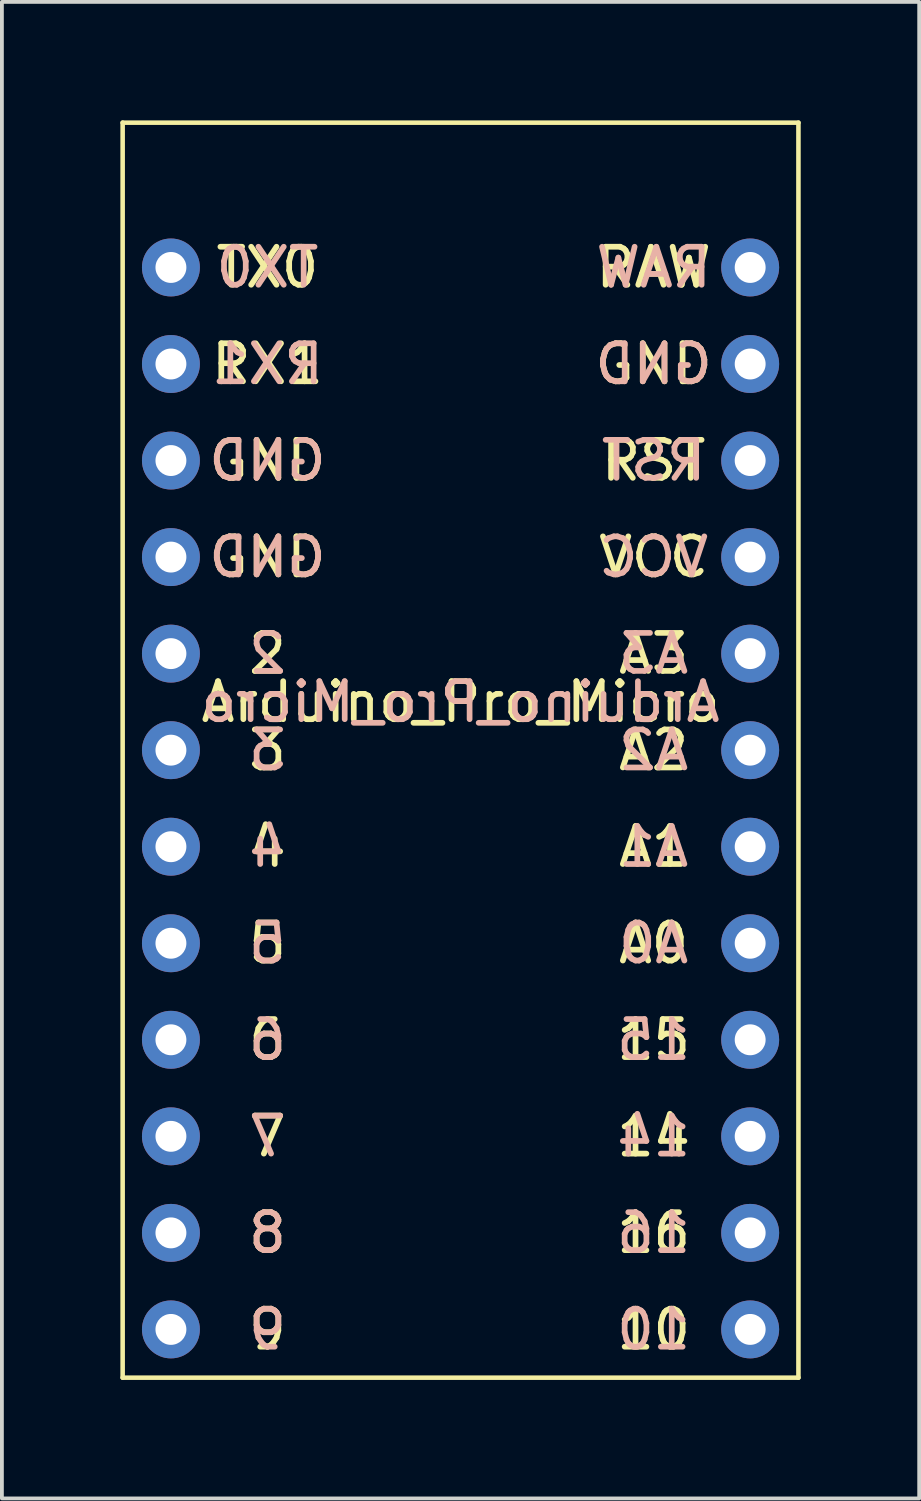
<source format=kicad_pcb>
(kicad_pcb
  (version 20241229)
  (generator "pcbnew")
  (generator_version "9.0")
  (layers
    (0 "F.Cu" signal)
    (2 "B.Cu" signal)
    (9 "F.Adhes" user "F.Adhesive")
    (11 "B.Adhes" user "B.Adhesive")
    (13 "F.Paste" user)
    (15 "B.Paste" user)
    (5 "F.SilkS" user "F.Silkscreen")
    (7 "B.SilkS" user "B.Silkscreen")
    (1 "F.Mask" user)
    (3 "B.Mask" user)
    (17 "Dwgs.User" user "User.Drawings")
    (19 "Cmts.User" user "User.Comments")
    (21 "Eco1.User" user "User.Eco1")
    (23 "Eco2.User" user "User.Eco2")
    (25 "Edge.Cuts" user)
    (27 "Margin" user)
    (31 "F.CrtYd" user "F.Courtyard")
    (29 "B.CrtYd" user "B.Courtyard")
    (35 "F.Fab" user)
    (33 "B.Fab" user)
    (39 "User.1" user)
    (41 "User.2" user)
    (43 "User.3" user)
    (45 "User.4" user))
  (footprint "Arduino_Pro_Micro"
    (layer "F.Cu")
    (at 9.067 16.687)
    (property "Reference" "Arduino_Pro_Micro" (at 0 -1.27 0) (layer "B.SilkS") (effects (font (size 1 1) (thickness 0.15)) (justify mirror)))
    (attr through_hole)
    (fp_line (start -8.89 -16.51) (end 8.89 -16.51) (stroke (width 0.12) (type solid)) (layer "F.SilkS"))
    (fp_line (start -8.89 16.51) (end -8.89 -16.51) (stroke (width 0.12) (type solid)) (layer "F.SilkS"))
    (fp_line (start 8.89 -16.51) (end 8.89 16.51) (stroke (width 0.12) (type solid)) (layer "F.SilkS"))
    (fp_line (start 8.89 16.51) (end -8.89 16.51) (stroke (width 0.12) (type solid)) (layer "F.SilkS"))
    (fp_poly (pts (xy 9.017 16.637) (xy -9.017 16.637) (xy -9.017 -16.637) (xy 9.017 -16.637)) (stroke (width 0.1) (type solid)) (fill no) (layer "Eco1.User"))
    (fp_text user "9" (at -5.08 15.24 0) (layer "F.SilkS") (effects (font (size 1 1) (thickness 0.15))))
    (fp_text user "8" (at -5.08 12.7 0) (layer "F.SilkS") (effects (font (size 1 1) (thickness 0.15))))
    (fp_text user "TX0" (at -5.08 -12.7 0) (layer "F.SilkS") (effects (font (size 1 1) (thickness 0.15))))
    (fp_text user "${REFERENCE}" (at 0 -1.27 0) (layer "F.SilkS") (effects (font (size 1 1) (thickness 0.15))))
    (fp_text user "14" (at 5.08 10.16 0) (layer "F.SilkS") (effects (font (size 1 1) (thickness 0.15))))
    (fp_text user "GND" (at -5.08 -5.08 0) (layer "F.SilkS") (effects (font (size 1 1) (thickness 0.15))))
    (fp_text user "RAW" (at 5.08 -12.7 0) (layer "F.SilkS") (effects (font (size 1 1) (thickness 0.15))))
    (fp_text user "A1" (at 5.08 2.54 0) (layer "F.SilkS") (effects (font (size 1 1) (thickness 0.15))))
    (fp_text user "A0" (at 5.08 5.08 0) (layer "F.SilkS") (effects (font (size 1 1) (thickness 0.15))))
    (fp_text user "16" (at 5.08 12.7 0) (layer "F.SilkS") (effects (font (size 1 1) (thickness 0.15))))
    (fp_text user "5" (at -5.08 5.08 0) (layer "F.SilkS") (effects (font (size 1 1) (thickness 0.15))))
    (fp_text user "15" (at 5.08 7.62 0) (layer "F.SilkS") (effects (font (size 1 1) (thickness 0.15))))
    (fp_text user "7" (at -5.08 10.16 0) (layer "F.SilkS") (effects (font (size 1 1) (thickness 0.15))))
    (fp_text user "10" (at 5.08 15.24 0) (layer "F.SilkS") (effects (font (size 1 1) (thickness 0.15))))
    (fp_text user "A3" (at 5.08 -2.54 0) (layer "F.SilkS") (effects (font (size 1 1) (thickness 0.15))))
    (fp_text user "VCC" (at 5.08 -5.08 0) (layer "F.SilkS") (effects (font (size 1 1) (thickness 0.15))))
    (fp_text user "6" (at -5.08 7.62 0) (layer "F.SilkS") (effects (font (size 1 1) (thickness 0.15))))
    (fp_text user "GND" (at -5.08 -7.62 0) (layer "F.SilkS") (effects (font (size 1 1) (thickness 0.15))))
    (fp_text user "GND" (at 5.08 -10.16 0) (layer "F.SilkS") (effects (font (size 1 1) (thickness 0.15))))
    (fp_text user "4" (at -5.08 2.54 0) (layer "F.SilkS") (effects (font (size 1 1) (thickness 0.15))))
    (fp_text user "A2" (at 5.08 0 0) (layer "F.SilkS") (effects (font (size 1 1) (thickness 0.15))))
    (fp_text user "RST" (at 5.08 -7.62 0) (layer "F.SilkS") (effects (font (size 1 1) (thickness 0.15))))
    (fp_text user "2" (at -5.08 -2.54 0) (layer "F.SilkS") (effects (font (size 1 1) (thickness 0.15))))
    (fp_text user "RX1" (at -5.08 -10.16 0) (layer "F.SilkS") (effects (font (size 1 1) (thickness 0.15))))
    (fp_text user "3" (at -5.08 0 0) (layer "F.SilkS") (effects (font (size 1 1) (thickness 0.15))))
    (fp_text user "8" (at -5.08 12.7 180) (layer "B.SilkS") (effects (font (size 1 1) (thickness 0.15)) (justify mirror)))
    (fp_text user "RX1" (at -5.08 -10.16 180) (layer "B.SilkS") (effects (font (size 1 1) (thickness 0.15)) (justify mirror)))
    (fp_text user "A3" (at 5.08 -2.54 180) (layer "B.SilkS") (effects (font (size 1 1) (thickness 0.15)) (justify mirror)))
    (fp_text user "VCC" (at 5.08 -5.08 180) (layer "B.SilkS") (effects (font (size 1 1) (thickness 0.15)) (justify mirror)))
    (fp_text user "GND" (at -5.08 -5.08 180) (layer "B.SilkS") (effects (font (size 1 1) (thickness 0.15)) (justify mirror)))
    (fp_text user "GND" (at 5.08 -10.16 180) (layer "B.SilkS") (effects (font (size 1 1) (thickness 0.15)) (justify mirror)))
    (fp_text user "7" (at -5.08 10.16 180) (layer "B.SilkS") (effects (font (size 1 1) (thickness 0.15)) (justify mirror)))
    (fp_text user "TX0" (at -5.08 -12.7 180) (layer "B.SilkS") (effects (font (size 1 1) (thickness 0.15)) (justify mirror)))
    (fp_text user "RST" (at 5.08 -7.62 180) (layer "B.SilkS") (effects (font (size 1 1) (thickness 0.15)) (justify mirror)))
    (fp_text user "4" (at -5.08 2.54 180) (layer "B.SilkS") (effects (font (size 1 1) (thickness 0.15)) (justify mirror)))
    (fp_text user "3" (at -5.08 0 180) (layer "B.SilkS") (effects (font (size 1 1) (thickness 0.15)) (justify mirror)))
    (fp_text user "14" (at 5.08 10.16 180) (layer "B.SilkS") (effects (font (size 1 1) (thickness 0.15)) (justify mirror)))
    (fp_text user "5" (at -5.08 5.08 180) (layer "B.SilkS") (effects (font (size 1 1) (thickness 0.15)) (justify mirror)))
    (fp_text user "RAW" (at 5.08 -12.7 180) (layer "B.SilkS") (effects (font (size 1 1) (thickness 0.15)) (justify mirror)))
    (fp_text user "10" (at 5.08 15.24 180) (layer "B.SilkS") (effects (font (size 1 1) (thickness 0.15)) (justify mirror)))
    (fp_text user "15" (at 5.08 7.62 180) (layer "B.SilkS") (effects (font (size 1 1) (thickness 0.15)) (justify mirror)))
    (fp_text user "16" (at 5.08 12.7 180) (layer "B.SilkS") (effects (font (size 1 1) (thickness 0.15)) (justify mirror)))
    (fp_text user "GND" (at -5.08 -7.62 180) (layer "B.SilkS") (effects (font (size 1 1) (thickness 0.15)) (justify mirror)))
    (fp_text user "2" (at -5.08 -2.54 180) (layer "B.SilkS") (effects (font (size 1 1) (thickness 0.15)) (justify mirror)))
    (fp_text user "6" (at -5.08 7.62 180) (layer "B.SilkS") (effects (font (size 1 1) (thickness 0.15)) (justify mirror)))
    (fp_text user "9" (at -5.08 15.24 180) (layer "B.SilkS") (effects (font (size 1 1) (thickness 0.15)) (justify mirror)))
    (fp_text user "A0" (at 5.08 5.08 180) (layer "B.SilkS") (effects (font (size 1 1) (thickness 0.15)) (justify mirror)))
    (fp_text user "A1" (at 5.08 2.54 180) (layer "B.SilkS") (effects (font (size 1 1) (thickness 0.15)) (justify mirror)))
    (fp_text user "A2" (at 5.08 0 180) (layer "B.SilkS") (effects (font (size 1 1) (thickness 0.15)) (justify mirror)))
    (pad "1" thru_hole circle (at -7.62 -12.7) (size 1.524 1.524) (drill 0.813) (layers "*.Cu" "*.Mask"))
    (pad "2" thru_hole circle (at -7.62 -10.16) (size 1.524 1.524) (drill 0.813) (layers "*.Cu" "*.Mask"))
    (pad "3" thru_hole circle (at -7.62 -7.62) (size 1.524 1.524) (drill 0.813) (layers "*.Cu" "*.Mask"))
    (pad "4" thru_hole circle (at -7.62 -5.08) (size 1.524 1.524) (drill 0.813) (layers "*.Cu" "*.Mask"))
    (pad "5" thru_hole circle (at -7.62 -2.54) (size 1.524 1.524) (drill 0.813) (layers "*.Cu" "*.Mask"))
    (pad "6" thru_hole circle (at -7.62 0) (size 1.524 1.524) (drill 0.813) (layers "*.Cu" "*.Mask"))
    (pad "7" thru_hole circle (at -7.62 2.54) (size 1.524 1.524) (drill 0.813) (layers "*.Cu" "*.Mask"))
    (pad "8" thru_hole circle (at -7.62 5.08) (size 1.524 1.524) (drill 0.813) (layers "*.Cu" "*.Mask"))
    (pad "9" thru_hole circle (at -7.62 7.62) (size 1.524 1.524) (drill 0.813) (layers "*.Cu" "*.Mask"))
    (pad "10" thru_hole circle (at -7.62 10.16) (size 1.524 1.524) (drill 0.813) (layers "*.Cu" "*.Mask"))
    (pad "11" thru_hole circle (at -7.62 12.7) (size 1.524 1.524) (drill 0.813) (layers "*.Cu" "*.Mask"))
    (pad "12" thru_hole circle (at -7.62 15.24) (size 1.524 1.524) (drill 0.813) (layers "*.Cu" "*.Mask"))
    (pad "13" thru_hole circle (at 7.62 15.24) (size 1.524 1.524) (drill 0.813) (layers "*.Cu" "*.Mask"))
    (pad "14" thru_hole circle (at 7.62 12.7) (size 1.524 1.524) (drill 0.813) (layers "*.Cu" "*.Mask"))
    (pad "15" thru_hole circle (at 7.62 10.16) (size 1.524 1.524) (drill 0.813) (layers "*.Cu" "*.Mask"))
    (pad "16" thru_hole circle (at 7.62 7.62) (size 1.524 1.524) (drill 0.813) (layers "*.Cu" "*.Mask"))
    (pad "17" thru_hole circle (at 7.62 5.08) (size 1.524 1.524) (drill 0.813) (layers "*.Cu" "*.Mask"))
    (pad "18" thru_hole circle (at 7.62 2.54) (size 1.524 1.524) (drill 0.813) (layers "*.Cu" "*.Mask"))
    (pad "19" thru_hole circle (at 7.62 0) (size 1.524 1.524) (drill 0.813) (layers "*.Cu" "*.Mask"))
    (pad "20" thru_hole circle (at 7.62 -2.54) (size 1.524 1.524) (drill 0.813) (layers "*.Cu" "*.Mask"))
    (pad "21" thru_hole circle (at 7.62 -5.08) (size 1.524 1.524) (drill 0.813) (layers "*.Cu" "*.Mask"))
    (pad "22" thru_hole circle (at 7.62 -7.62) (size 1.524 1.524) (drill 0.813) (layers "*.Cu" "*.Mask"))
    (pad "23" thru_hole circle (at 7.62 -10.16) (size 1.524 1.524) (drill 0.813) (layers "*.Cu" "*.Mask"))
    (pad "24" thru_hole circle (at 7.62 -12.7) (size 1.524 1.524) (drill 0.813) (layers "*.Cu" "*.Mask")))
  (gr_rect
    (start -3 -3)
    (end 21.134 36.374)
    (stroke (width 0.1) (type default))
    (fill no)
    (layer "Edge.Cuts")))
</source>
